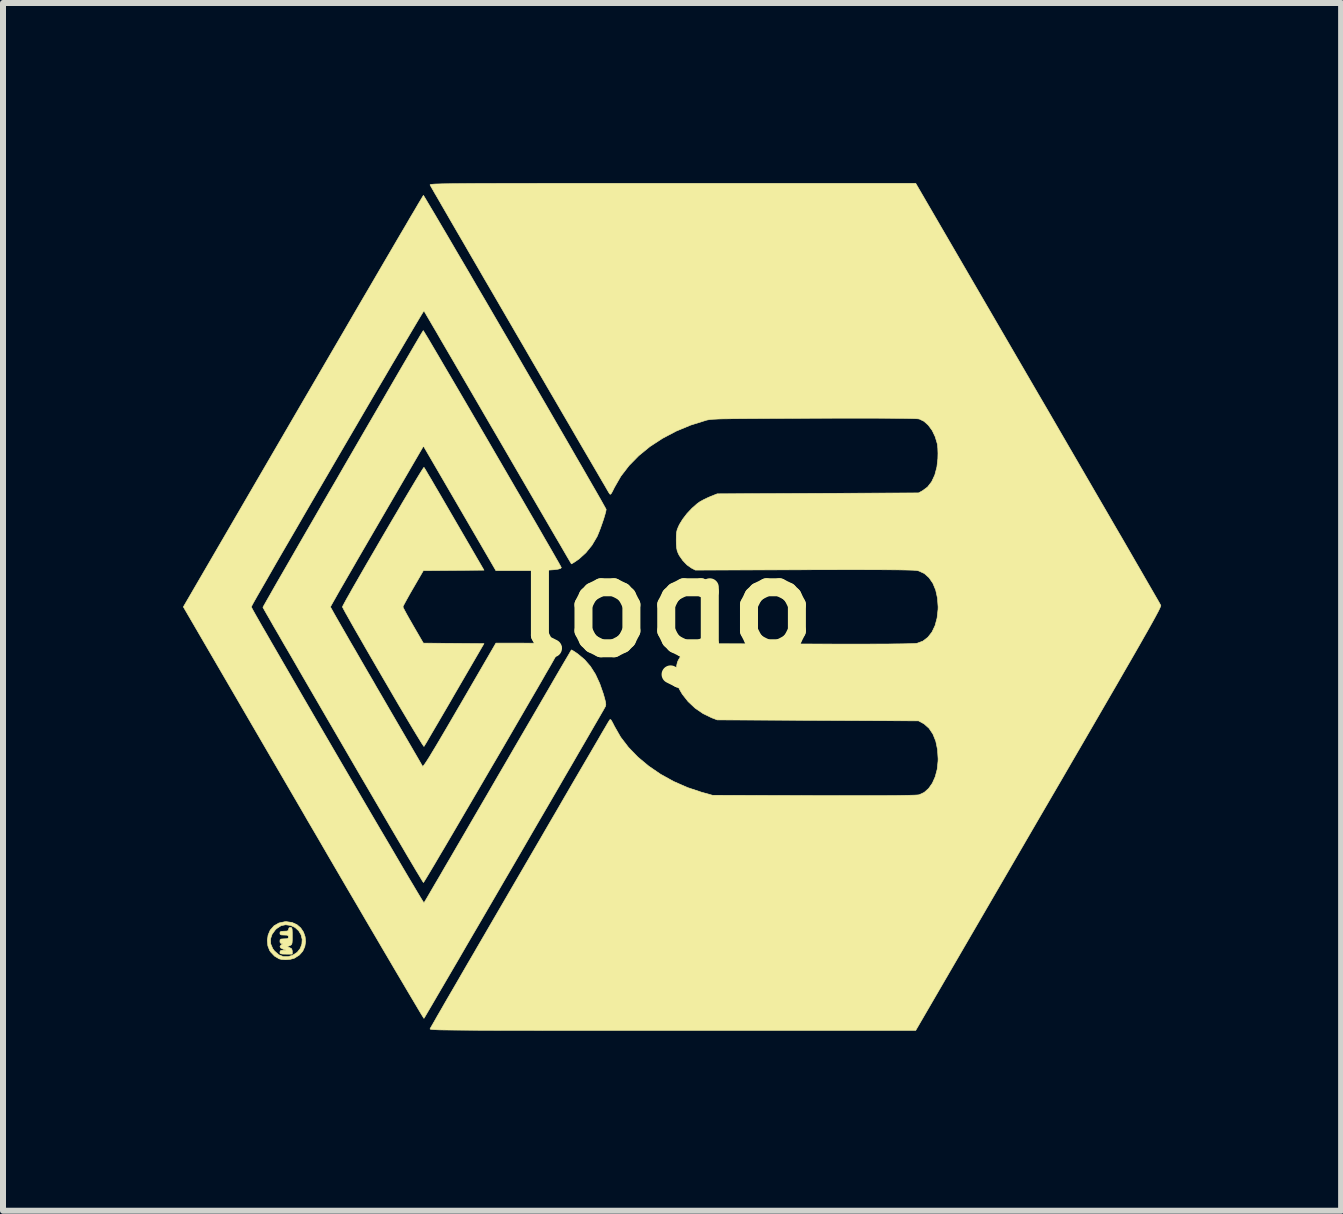
<source format=kicad_pcb>
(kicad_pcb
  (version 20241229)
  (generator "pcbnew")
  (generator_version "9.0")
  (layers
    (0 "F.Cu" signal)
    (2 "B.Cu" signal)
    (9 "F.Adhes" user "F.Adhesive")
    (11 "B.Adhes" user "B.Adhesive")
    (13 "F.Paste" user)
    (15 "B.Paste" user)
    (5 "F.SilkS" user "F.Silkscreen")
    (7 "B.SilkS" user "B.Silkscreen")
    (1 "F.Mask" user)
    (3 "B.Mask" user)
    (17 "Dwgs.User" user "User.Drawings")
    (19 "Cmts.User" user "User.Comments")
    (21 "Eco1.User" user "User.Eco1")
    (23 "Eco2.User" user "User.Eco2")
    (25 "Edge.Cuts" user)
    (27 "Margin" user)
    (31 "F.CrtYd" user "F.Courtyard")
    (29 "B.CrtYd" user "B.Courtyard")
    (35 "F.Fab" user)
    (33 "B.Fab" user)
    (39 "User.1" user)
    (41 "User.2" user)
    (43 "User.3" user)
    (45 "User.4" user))
  (footprint "logo"
    (layer "F.Cu")
    (at 8.051 7.062)
    (property "Reference" "logo" (at 0 0 0) (layer "F.SilkS") (effects (font (size 1.524 1.524) (thickness 0.3))))
    (attr through_hole)
    (fp_poly (pts (xy -6.233 5.259) (xy -6.153 5.295) (xy -6.09 5.35) (xy -6.044 5.419) (xy -6.017 5.497) (xy -6.009 5.578) (xy -6.022 5.66) (xy -6.056 5.736) (xy -6.113 5.801) (xy -6.193 5.852) (xy -6.203 5.856) (xy -6.266 5.873) (xy -6.341 5.879) (xy -6.412 5.874) (xy -6.451 5.864) (xy -6.526 5.819) (xy -6.591 5.75) (xy -6.608 5.725) (xy -6.638 5.648) (xy -6.647 5.559) (xy -6.643 5.534) (xy -6.594 5.534) (xy -6.59 5.616) (xy -6.556 5.696) (xy -6.528 5.733) (xy -6.457 5.796) (xy -6.38 5.827) (xy -6.297 5.827) (xy -6.222 5.803) (xy -6.148 5.755) (xy -6.098 5.691) (xy -6.071 5.618) (xy -6.066 5.541) (xy -6.084 5.465) (xy -6.124 5.397) (xy -6.184 5.342) (xy -6.258 5.308) (xy -6.342 5.296) (xy -6.418 5.312) (xy -6.49 5.359) (xy -6.511 5.378) (xy -6.567 5.454) (xy -6.594 5.534) (xy -6.643 5.534) (xy -6.634 5.469) (xy -6.6 5.389) (xy -6.598 5.386) (xy -6.535 5.314) (xy -6.453 5.267) (xy -6.355 5.246) (xy -6.328 5.245) (xy -6.233 5.259)) (stroke (width 0.01) (type solid)) (fill yes) (layer "F.SilkS"))
    (fp_poly (pts (xy -6.247 5.343) (xy -6.238 5.354) (xy -6.233 5.38) (xy -6.231 5.427) (xy -6.231 5.484) (xy -6.231 5.552) (xy -6.234 5.595) (xy -6.24 5.62) (xy -6.252 5.634) (xy -6.271 5.644) (xy -6.274 5.645) (xy -6.318 5.662) (xy -6.274 5.678) (xy -6.241 5.697) (xy -6.231 5.732) (xy -6.231 5.739) (xy -6.231 5.786) (xy -6.334 5.786) (xy -6.39 5.785) (xy -6.421 5.78) (xy -6.435 5.77) (xy -6.437 5.754) (xy -6.43 5.731) (xy -6.403 5.722) (xy -6.386 5.721) (xy -6.334 5.719) (xy -6.386 5.702) (xy -6.425 5.682) (xy -6.436 5.657) (xy -6.416 5.632) (xy -6.41 5.628) (xy -6.39 5.615) (xy -6.399 5.612) (xy -6.41 5.611) (xy -6.432 5.599) (xy -6.437 5.571) (xy -6.434 5.547) (xy -6.42 5.535) (xy -6.385 5.532) (xy -6.366 5.531) (xy -6.321 5.529) (xy -6.3 5.521) (xy -6.294 5.502) (xy -6.294 5.5) (xy -6.299 5.48) (xy -6.318 5.47) (xy -6.361 5.468) (xy -6.366 5.468) (xy -6.411 5.466) (xy -6.432 5.457) (xy -6.437 5.438) (xy -6.437 5.436) (xy -6.433 5.416) (xy -6.413 5.407) (xy -6.371 5.404) (xy -6.366 5.404) (xy -6.321 5.402) (xy -6.3 5.394) (xy -6.294 5.375) (xy -6.294 5.372) (xy -6.283 5.346) (xy -6.263 5.341) (xy -6.247 5.343)) (stroke (width 0.01) (type solid)) (fill yes) (layer "F.SilkS"))
    (fp_poly (pts (xy -4.027 -2.31) (xy -4.002 -2.269) (xy -3.965 -2.205) (xy -3.915 -2.122) (xy -3.856 -2.02) (xy -3.787 -1.903) (xy -3.711 -1.772) (xy -3.629 -1.631) (xy -3.542 -1.481) (xy -3.531 -1.462) (xy -3.037 -0.612) (xy -3.542 -0.608) (xy -4.047 -0.604) (xy -4.217 -0.311) (xy -4.268 -0.223) (xy -4.312 -0.144) (xy -4.348 -0.079) (xy -4.374 -0.03) (xy -4.386 -0.003) (xy -4.387 0) (xy -4.379 0.019) (xy -4.358 0.06) (xy -4.325 0.121) (xy -4.283 0.196) (xy -4.234 0.281) (xy -4.217 0.311) (xy -4.047 0.604) (xy -3.037 0.612) (xy -3.531 1.462) (xy -3.618 1.613) (xy -3.701 1.755) (xy -3.778 1.887) (xy -3.848 2.006) (xy -3.909 2.11) (xy -3.959 2.196) (xy -3.998 2.263) (xy -4.025 2.306) (xy -4.036 2.325) (xy -4.037 2.326) (xy -4.046 2.314) (xy -4.071 2.277) (xy -4.108 2.217) (xy -4.159 2.134) (xy -4.22 2.033) (xy -4.292 1.913) (xy -4.372 1.778) (xy -4.46 1.63) (xy -4.554 1.469) (xy -4.653 1.299) (xy -4.722 1.181) (xy -4.824 1.005) (xy -4.922 0.836) (xy -5.014 0.677) (xy -5.098 0.53) (xy -5.175 0.397) (xy -5.242 0.279) (xy -5.298 0.179) (xy -5.343 0.1) (xy -5.374 0.042) (xy -5.392 0.008) (xy -5.395 0.000098) (xy -5.387 -0.018) (xy -5.365 -0.06) (xy -5.33 -0.125) (xy -5.282 -0.209) (xy -5.225 -0.311) (xy -5.158 -0.427) (xy -5.084 -0.556) (xy -5.004 -0.695) (xy -4.919 -0.841) (xy -4.831 -0.992) (xy -4.742 -1.146) (xy -4.651 -1.301) (xy -4.562 -1.453) (xy -4.475 -1.6) (xy -4.393 -1.741) (xy -4.315 -1.872) (xy -4.244 -1.991) (xy -4.181 -2.096) (xy -4.128 -2.184) (xy -4.085 -2.253) (xy -4.055 -2.3) (xy -4.039 -2.323) (xy -4.037 -2.325) (xy -4.027 -2.31)) (stroke (width 0.01) (type solid)) (fill yes) (layer "F.SilkS"))
    (fp_poly (pts (xy -4.04 -4.591) (xy -4.017 -4.553) (xy -3.979 -4.491) (xy -3.929 -4.407) (xy -3.868 -4.303) (xy -3.796 -4.181) (xy -3.715 -4.042) (xy -3.625 -3.889) (xy -3.528 -3.724) (xy -3.425 -3.548) (xy -3.317 -3.363) (xy -3.205 -3.171) (xy -3.09 -2.974) (xy -2.973 -2.774) (xy -2.856 -2.572) (xy -2.739 -2.371) (xy -2.624 -2.173) (xy -2.511 -1.978) (xy -2.401 -1.79) (xy -2.297 -1.61) (xy -2.198 -1.44) (xy -2.106 -1.281) (xy -2.023 -1.136) (xy -1.948 -1.007) (xy -1.883 -0.894) (xy -1.83 -0.801) (xy -1.789 -0.73) (xy -1.762 -0.681) (xy -1.749 -0.657) (xy -1.748 -0.654) (xy -1.762 -0.64) (xy -1.803 -0.628) (xy -1.873 -0.619) (xy -1.972 -0.612) (xy -2.101 -0.607) (xy -2.26 -0.604) (xy -2.383 -0.604) (xy -2.838 -0.604) (xy -3.441 -1.641) (xy -4.045 -2.679) (xy -4.82 -1.347) (xy -4.93 -1.158) (xy -5.035 -0.977) (xy -5.135 -0.805) (xy -5.227 -0.645) (xy -5.312 -0.498) (xy -5.388 -0.366) (xy -5.454 -0.252) (xy -5.508 -0.156) (xy -5.55 -0.082) (xy -5.579 -0.03) (xy -5.594 -0.003) (xy -5.595 -0.000026) (xy -5.587 0.016) (xy -5.564 0.057) (xy -5.528 0.122) (xy -5.479 0.208) (xy -5.418 0.314) (xy -5.346 0.439) (xy -5.266 0.579) (xy -5.176 0.733) (xy -5.08 0.9) (xy -4.978 1.076) (xy -4.87 1.261) (xy -4.835 1.323) (xy -4.725 1.511) (xy -4.621 1.691) (xy -4.522 1.861) (xy -4.429 2.021) (xy -4.344 2.167) (xy -4.268 2.297) (xy -4.202 2.411) (xy -4.147 2.505) (xy -4.105 2.578) (xy -4.076 2.629) (xy -4.061 2.654) (xy -4.06 2.656) (xy -4.053 2.655) (xy -4.04 2.64) (xy -4.018 2.61) (xy -3.987 2.563) (xy -3.946 2.499) (xy -3.895 2.414) (xy -3.832 2.31) (xy -3.757 2.183) (xy -3.668 2.032) (xy -3.566 1.857) (xy -3.449 1.656) (xy -3.441 1.643) (xy -2.838 0.604) (xy -2.383 0.604) (xy -2.211 0.605) (xy -2.068 0.608) (xy -1.954 0.612) (xy -1.867 0.619) (xy -1.806 0.629) (xy -1.768 0.64) (xy -1.752 0.654) (xy -1.752 0.662) (xy -1.76 0.679) (xy -1.784 0.722) (xy -1.822 0.789) (xy -1.872 0.877) (xy -1.933 0.985) (xy -2.006 1.11) (xy -2.087 1.252) (xy -2.177 1.407) (xy -2.275 1.575) (xy -2.378 1.753) (xy -2.486 1.939) (xy -2.598 2.132) (xy -2.713 2.33) (xy -2.83 2.53) (xy -2.948 2.731) (xy -3.065 2.932) (xy -3.18 3.129) (xy -3.293 3.322) (xy -3.402 3.508) (xy -3.506 3.686) (xy -3.604 3.853) (xy -3.695 4.008) (xy -3.779 4.149) (xy -3.852 4.274) (xy -3.916 4.381) (xy -3.968 4.468) (xy -4.008 4.534) (xy -4.034 4.576) (xy -4.045 4.592) (xy -4.045 4.593) (xy -4.055 4.579) (xy -4.08 4.539) (xy -4.118 4.475) (xy -4.171 4.388) (xy -4.236 4.278) (xy -4.313 4.149) (xy -4.4 4) (xy -4.498 3.834) (xy -4.605 3.652) (xy -4.72 3.455) (xy -4.843 3.245) (xy -4.972 3.024) (xy -5.108 2.792) (xy -5.248 2.551) (xy -5.388 2.31) (xy -5.533 2.061) (xy -5.673 1.82) (xy -5.808 1.587) (xy -5.937 1.365) (xy -6.059 1.155) (xy -6.173 0.957) (xy -6.279 0.774) (xy -6.376 0.608) (xy -6.462 0.458) (xy -6.538 0.328) (xy -6.601 0.217) (xy -6.652 0.129) (xy -6.689 0.064) (xy -6.712 0.023) (xy -6.72 0.008) (xy -6.713 -0.006) (xy -6.69 -0.047) (xy -6.654 -0.111) (xy -6.604 -0.198) (xy -6.543 -0.306) (xy -6.471 -0.432) (xy -6.388 -0.575) (xy -6.297 -0.733) (xy -6.198 -0.905) (xy -6.092 -1.089) (xy -5.98 -1.283) (xy -5.863 -1.485) (xy -5.743 -1.694) (xy -5.619 -1.908) (xy -5.493 -2.124) (xy -5.367 -2.343) (xy -5.241 -2.56) (xy -5.116 -2.776) (xy -4.993 -2.988) (xy -4.873 -3.194) (xy -4.757 -3.393) (xy -4.647 -3.583) (xy -4.543 -3.762) (xy -4.446 -3.929) (xy -4.357 -4.081) (xy -4.277 -4.218) (xy -4.208 -4.336) (xy -4.15 -4.435) (xy -4.104 -4.513) (xy -4.071 -4.568) (xy -4.052 -4.598) (xy -4.049 -4.604) (xy -4.04 -4.591)) (stroke (width 0.01) (type solid)) (fill yes) (layer "F.SilkS"))
    (fp_poly (pts (xy -4.037 -6.843) (xy -4.013 -6.804) (xy -3.975 -6.74) (xy -3.924 -6.654) (xy -3.86 -6.547) (xy -3.786 -6.421) (xy -3.701 -6.277) (xy -3.607 -6.117) (xy -3.505 -5.942) (xy -3.395 -5.755) (xy -3.278 -5.556) (xy -3.157 -5.347) (xy -3.03 -5.131) (xy -2.9 -4.908) (xy -2.768 -4.681) (xy -2.633 -4.45) (xy -2.498 -4.218) (xy -2.364 -3.986) (xy -2.23 -3.756) (xy -2.098 -3.529) (xy -1.969 -3.307) (xy -1.845 -3.092) (xy -1.725 -2.886) (xy -1.611 -2.689) (xy -1.504 -2.503) (xy -1.404 -2.331) (xy -1.314 -2.174) (xy -1.233 -2.033) (xy -1.162 -1.91) (xy -1.103 -1.807) (xy -1.057 -1.725) (xy -1.024 -1.666) (xy -1.005 -1.632) (xy -1.001 -1.623) (xy -1.007 -1.59) (xy -1.022 -1.534) (xy -1.043 -1.464) (xy -1.07 -1.385) (xy -1.098 -1.306) (xy -1.126 -1.234) (xy -1.15 -1.176) (xy -1.155 -1.167) (xy -1.237 -1.028) (xy -1.339 -0.902) (xy -1.454 -0.798) (xy -1.471 -0.786) (xy -1.52 -0.752) (xy -1.558 -0.728) (xy -1.579 -0.717) (xy -1.581 -0.717) (xy -1.589 -0.731) (xy -1.613 -0.772) (xy -1.651 -0.836) (xy -1.702 -0.924) (xy -1.765 -1.033) (xy -1.841 -1.162) (xy -1.927 -1.31) (xy -2.023 -1.475) (xy -2.128 -1.655) (xy -2.241 -1.849) (xy -2.361 -2.056) (xy -2.488 -2.274) (xy -2.62 -2.501) (xy -2.757 -2.737) (xy -2.806 -2.821) (xy -2.945 -3.059) (xy -3.079 -3.29) (xy -3.208 -3.512) (xy -3.331 -3.723) (xy -3.447 -3.922) (xy -3.555 -4.108) (xy -3.655 -4.279) (xy -3.745 -4.433) (xy -3.824 -4.57) (xy -3.893 -4.687) (xy -3.949 -4.783) (xy -3.992 -4.856) (xy -4.021 -4.906) (xy -4.036 -4.93) (xy -4.037 -4.932) (xy -4.046 -4.92) (xy -4.07 -4.882) (xy -4.108 -4.819) (xy -4.158 -4.735) (xy -4.221 -4.629) (xy -4.295 -4.504) (xy -4.379 -4.362) (xy -4.472 -4.204) (xy -4.574 -4.032) (xy -4.682 -3.847) (xy -4.797 -3.652) (xy -4.917 -3.447) (xy -5.041 -3.235) (xy -5.168 -3.017) (xy -5.298 -2.795) (xy -5.429 -2.571) (xy -5.56 -2.346) (xy -5.691 -2.121) (xy -5.82 -1.9) (xy -5.947 -1.682) (xy -6.07 -1.47) (xy -6.188 -1.266) (xy -6.301 -1.072) (xy -6.408 -0.888) (xy -6.507 -0.717) (xy -6.597 -0.56) (xy -6.678 -0.418) (xy -6.749 -0.295) (xy -6.809 -0.191) (xy -6.856 -0.108) (xy -6.89 -0.047) (xy -6.909 -0.01) (xy -6.914 0) (xy -6.906 0.016) (xy -6.884 0.058) (xy -6.847 0.124) (xy -6.797 0.212) (xy -6.735 0.321) (xy -6.661 0.448) (xy -6.578 0.593) (xy -6.485 0.753) (xy -6.384 0.928) (xy -6.276 1.114) (xy -6.162 1.311) (xy -6.043 1.517) (xy -5.919 1.73) (xy -5.792 1.949) (xy -5.662 2.171) (xy -5.531 2.396) (xy -5.4 2.621) (xy -5.269 2.845) (xy -5.14 3.066) (xy -5.013 3.283) (xy -4.89 3.493) (xy -4.771 3.696) (xy -4.657 3.889) (xy -4.55 4.071) (xy -4.451 4.24) (xy -4.36 4.395) (xy -4.278 4.534) (xy -4.206 4.654) (xy -4.146 4.755) (xy -4.098 4.835) (xy -4.063 4.892) (xy -4.042 4.925) (xy -4.037 4.932) (xy -4.028 4.917) (xy -4.003 4.876) (xy -3.965 4.811) (xy -3.913 4.722) (xy -3.849 4.612) (xy -3.773 4.483) (xy -3.687 4.334) (xy -3.59 4.169) (xy -3.485 3.988) (xy -3.371 3.793) (xy -3.251 3.586) (xy -3.124 3.368) (xy -2.991 3.14) (xy -2.854 2.904) (xy -2.806 2.821) (xy -2.667 2.583) (xy -2.534 2.353) (xy -2.405 2.132) (xy -2.282 1.921) (xy -2.166 1.722) (xy -2.058 1.536) (xy -1.959 1.366) (xy -1.87 1.212) (xy -1.791 1.076) (xy -1.723 0.96) (xy -1.667 0.865) (xy -1.624 0.792) (xy -1.596 0.743) (xy -1.582 0.719) (xy -1.581 0.717) (xy -1.566 0.723) (xy -1.532 0.744) (xy -1.486 0.775) (xy -1.471 0.786) (xy -1.36 0.879) (xy -1.264 0.99) (xy -1.18 1.122) (xy -1.108 1.278) (xy -1.048 1.45) (xy -1.025 1.531) (xy -1.011 1.588) (xy -1.007 1.626) (xy -1.011 1.652) (xy -1.013 1.658) (xy -1.023 1.675) (xy -1.047 1.719) (xy -1.086 1.786) (xy -1.138 1.876) (xy -1.202 1.986) (xy -1.277 2.116) (xy -1.362 2.263) (xy -1.457 2.426) (xy -1.559 2.603) (xy -1.67 2.793) (xy -1.786 2.994) (xy -1.908 3.204) (xy -2.035 3.422) (xy -2.165 3.645) (xy -2.297 3.873) (xy -2.431 4.104) (xy -2.566 4.336) (xy -2.701 4.567) (xy -2.834 4.796) (xy -2.965 5.021) (xy -3.093 5.241) (xy -3.217 5.453) (xy -3.336 5.657) (xy -3.448 5.851) (xy -3.554 6.032) (xy -3.652 6.2) (xy -3.741 6.352) (xy -3.82 6.487) (xy -3.888 6.604) (xy -3.945 6.701) (xy -3.989 6.776) (xy -4.019 6.827) (xy -4.035 6.853) (xy -4.037 6.856) (xy -4.046 6.843) (xy -4.07 6.805) (xy -4.109 6.741) (xy -4.161 6.653) (xy -4.227 6.542) (xy -4.306 6.409) (xy -4.396 6.256) (xy -4.498 6.084) (xy -4.61 5.893) (xy -4.732 5.686) (xy -4.863 5.462) (xy -5.003 5.224) (xy -5.15 4.972) (xy -5.305 4.708) (xy -5.466 4.432) (xy -5.633 4.146) (xy -5.804 3.851) (xy -5.981 3.549) (xy -6.047 3.434) (xy -8.046 0.000113) (xy -6.052 -3.427) (xy -5.874 -3.732) (xy -5.701 -4.029) (xy -5.532 -4.319) (xy -5.369 -4.598) (xy -5.213 -4.867) (xy -5.063 -5.124) (xy -4.92 -5.368) (xy -4.786 -5.598) (xy -4.661 -5.812) (xy -4.545 -6.01) (xy -4.44 -6.19) (xy -4.345 -6.351) (xy -4.263 -6.492) (xy -4.192 -6.611) (xy -4.135 -6.709) (xy -4.091 -6.782) (xy -4.062 -6.831) (xy -4.048 -6.854) (xy -4.046 -6.856) (xy -4.037 -6.843)) (stroke (width 0.01) (type solid)) (fill yes) (layer "F.SilkS"))
    (fp_poly (pts (xy -0.006 -7.057) (xy 0.106 -7.057) (xy 4.157 -7.057) (xy 6.191 -3.56) (xy 6.371 -3.252) (xy 6.546 -2.95) (xy 6.716 -2.657) (xy 6.881 -2.373) (xy 7.04 -2.099) (xy 7.192 -1.837) (xy 7.337 -1.588) (xy 7.473 -1.353) (xy 7.601 -1.134) (xy 7.719 -0.93) (xy 7.826 -0.744) (xy 7.923 -0.577) (xy 8.008 -0.429) (xy 8.081 -0.303) (xy 8.141 -0.199) (xy 8.188 -0.118) (xy 8.22 -0.062) (xy 8.237 -0.031) (xy 8.24 -0.026) (xy 8.24 -0.019) (xy 8.236 -0.007) (xy 8.229 0.011) (xy 8.217 0.037) (xy 8.2 0.072) (xy 8.177 0.115) (xy 8.148 0.169) (xy 8.112 0.235) (xy 8.069 0.312) (xy 8.018 0.403) (xy 7.958 0.508) (xy 7.89 0.628) (xy 7.812 0.764) (xy 7.724 0.917) (xy 7.625 1.088) (xy 7.516 1.278) (xy 7.394 1.488) (xy 7.26 1.719) (xy 7.114 1.971) (xy 6.954 2.247) (xy 6.78 2.546) (xy 6.592 2.87) (xy 6.388 3.22) (xy 6.205 3.534) (xy 4.157 7.057) (xy 0.106 7.057) (xy -0.319 7.057) (xy -0.713 7.057) (xy -1.078 7.057) (xy -1.414 7.057) (xy -1.722 7.057) (xy -2.005 7.057) (xy -2.263 7.056) (xy -2.497 7.056) (xy -2.708 7.056) (xy -2.898 7.055) (xy -3.068 7.055) (xy -3.218 7.054) (xy -3.35 7.053) (xy -3.465 7.052) (xy -3.564 7.051) (xy -3.648 7.05) (xy -3.719 7.049) (xy -3.778 7.048) (xy -3.825 7.046) (xy -3.862 7.044) (xy -3.89 7.042) (xy -3.91 7.04) (xy -3.924 7.038) (xy -3.931 7.036) (xy -3.935 7.033) (xy -3.935 7.03) (xy -3.926 7.013) (xy -3.901 6.97) (xy -3.863 6.904) (xy -3.813 6.815) (xy -3.75 6.707) (xy -3.678 6.581) (xy -3.596 6.44) (xy -3.505 6.284) (xy -3.408 6.116) (xy -3.305 5.938) (xy -3.196 5.752) (xy -3.152 5.675) (xy -3.02 5.449) (xy -2.878 5.204) (xy -2.727 4.945) (xy -2.572 4.678) (xy -2.414 4.407) (xy -2.257 4.137) (xy -2.103 3.873) (xy -1.957 3.621) (xy -1.819 3.385) (xy -1.695 3.17) (xy -1.672 3.131) (xy -1.567 2.95) (xy -1.466 2.777) (xy -1.37 2.613) (xy -1.281 2.461) (xy -1.2 2.322) (xy -1.128 2.199) (xy -1.067 2.093) (xy -1.016 2.007) (xy -0.979 1.943) (xy -0.954 1.902) (xy -0.945 1.887) (xy -0.935 1.877) (xy -0.923 1.881) (xy -0.907 1.905) (xy -0.883 1.95) (xy -0.863 1.99) (xy -0.76 2.17) (xy -0.629 2.341) (xy -0.472 2.503) (xy -0.292 2.653) (xy -0.093 2.789) (xy 0.124 2.909) (xy 0.354 3.01) (xy 0.596 3.091) (xy 0.617 3.096) (xy 0.771 3.139) (xy 2.46 3.144) (xy 2.763 3.144) (xy 3.035 3.145) (xy 3.277 3.145) (xy 3.489 3.144) (xy 3.673 3.144) (xy 3.828 3.143) (xy 3.956 3.141) (xy 4.058 3.139) (xy 4.134 3.137) (xy 4.185 3.134) (xy 4.212 3.131) (xy 4.213 3.131) (xy 4.297 3.092) (xy 4.371 3.027) (xy 4.434 2.938) (xy 4.482 2.83) (xy 4.515 2.705) (xy 4.529 2.569) (xy 4.53 2.533) (xy 4.52 2.376) (xy 4.491 2.237) (xy 4.443 2.118) (xy 4.378 2.022) (xy 4.297 1.95) (xy 4.27 1.935) (xy 4.204 1.899) (xy 2.527 1.891) (xy 0.85 1.883) (xy 0.758 1.848) (xy 0.615 1.779) (xy 0.481 1.687) (xy 0.364 1.577) (xy 0.268 1.455) (xy 0.22 1.373) (xy 0.195 1.318) (xy 0.179 1.274) (xy 0.171 1.229) (xy 0.167 1.171) (xy 0.167 1.113) (xy 0.169 1.031) (xy 0.175 0.972) (xy 0.186 0.924) (xy 0.201 0.888) (xy 0.251 0.804) (xy 0.318 0.726) (xy 0.391 0.664) (xy 0.42 0.647) (xy 0.485 0.613) (xy 2.289 0.618) (xy 2.592 0.619) (xy 2.865 0.62) (xy 3.108 0.62) (xy 3.323 0.62) (xy 3.511 0.619) (xy 3.673 0.619) (xy 3.811 0.617) (xy 3.925 0.616) (xy 4.017 0.614) (xy 4.088 0.612) (xy 4.14 0.61) (xy 4.173 0.607) (xy 4.183 0.605) (xy 4.277 0.57) (xy 4.359 0.507) (xy 4.427 0.421) (xy 4.479 0.312) (xy 4.513 0.185) (xy 4.529 0.041) (xy 4.53 0) (xy 4.519 -0.148) (xy 4.49 -0.28) (xy 4.443 -0.393) (xy 4.379 -0.486) (xy 4.301 -0.556) (xy 4.21 -0.598) (xy 4.183 -0.605) (xy 4.159 -0.608) (xy 4.116 -0.611) (xy 4.054 -0.613) (xy 3.971 -0.615) (xy 3.867 -0.617) (xy 3.739 -0.618) (xy 3.587 -0.619) (xy 3.41 -0.619) (xy 3.207 -0.62) (xy 2.975 -0.62) (xy 2.715 -0.619) (xy 2.425 -0.619) (xy 2.29 -0.618) (xy 0.485 -0.613) (xy 0.42 -0.647) (xy 0.346 -0.699) (xy 0.276 -0.772) (xy 0.218 -0.855) (xy 0.201 -0.888) (xy 0.183 -0.933) (xy 0.173 -0.983) (xy 0.168 -1.046) (xy 0.167 -1.113) (xy 0.168 -1.187) (xy 0.172 -1.241) (xy 0.182 -1.285) (xy 0.2 -1.33) (xy 0.22 -1.373) (xy 0.274 -1.461) (xy 0.346 -1.555) (xy 0.43 -1.644) (xy 0.515 -1.719) (xy 0.558 -1.75) (xy 0.617 -1.783) (xy 0.689 -1.818) (xy 0.744 -1.842) (xy 0.85 -1.884) (xy 2.527 -1.891) (xy 4.204 -1.899) (xy 4.27 -1.935) (xy 4.354 -1.997) (xy 4.423 -2.086) (xy 4.475 -2.198) (xy 4.51 -2.331) (xy 4.526 -2.472) (xy 4.528 -2.559) (xy 4.525 -2.642) (xy 4.518 -2.709) (xy 4.516 -2.719) (xy 4.481 -2.836) (xy 4.431 -2.94) (xy 4.367 -3.027) (xy 4.295 -3.092) (xy 4.217 -3.13) (xy 4.213 -3.131) (xy 4.189 -3.134) (xy 4.142 -3.137) (xy 4.069 -3.139) (xy 3.971 -3.141) (xy 3.846 -3.142) (xy 3.695 -3.143) (xy 3.516 -3.144) (xy 3.308 -3.144) (xy 3.07 -3.144) (xy 2.803 -3.144) (xy 2.505 -3.143) (xy 2.46 -3.143) (xy 2.189 -3.142) (xy 1.949 -3.141) (xy 1.736 -3.14) (xy 1.55 -3.139) (xy 1.388 -3.138) (xy 1.248 -3.137) (xy 1.129 -3.136) (xy 1.029 -3.134) (xy 0.945 -3.133) (xy 0.876 -3.131) (xy 0.82 -3.128) (xy 0.775 -3.126) (xy 0.74 -3.123) (xy 0.712 -3.119) (xy 0.689 -3.115) (xy 0.67 -3.111) (xy 0.668 -3.11) (xy 0.408 -3.029) (xy 0.163 -2.927) (xy -0.064 -2.807) (xy -0.272 -2.671) (xy -0.458 -2.519) (xy -0.62 -2.354) (xy -0.756 -2.177) (xy -0.864 -1.989) (xy -0.868 -1.981) (xy -0.897 -1.922) (xy -0.916 -1.889) (xy -0.929 -1.876) (xy -0.94 -1.88) (xy -0.945 -1.887) (xy -0.957 -1.905) (xy -0.983 -1.949) (xy -1.022 -2.017) (xy -1.075 -2.107) (xy -1.14 -2.219) (xy -1.216 -2.349) (xy -1.302 -2.496) (xy -1.398 -2.66) (xy -1.501 -2.837) (xy -1.611 -3.027) (xy -1.728 -3.227) (xy -1.85 -3.437) (xy -1.977 -3.654) (xy -2.107 -3.878) (xy -2.239 -4.105) (xy -2.372 -4.335) (xy -2.507 -4.566) (xy -2.64 -4.796) (xy -2.772 -5.023) (xy -2.902 -5.247) (xy -3.029 -5.464) (xy -3.151 -5.675) (xy -3.268 -5.876) (xy -3.378 -6.067) (xy -3.482 -6.245) (xy -3.577 -6.409) (xy -3.663 -6.558) (xy -3.739 -6.689) (xy -3.804 -6.802) (xy -3.857 -6.893) (xy -3.897 -6.963) (xy -3.923 -7.009) (xy -3.934 -7.029) (xy -3.935 -7.03) (xy -3.935 -7.032) (xy -3.932 -7.035) (xy -3.925 -7.038) (xy -3.913 -7.04) (xy -3.894 -7.042) (xy -3.868 -7.044) (xy -3.833 -7.046) (xy -3.788 -7.047) (xy -3.733 -7.049) (xy -3.665 -7.05) (xy -3.584 -7.051) (xy -3.489 -7.052) (xy -3.378 -7.053) (xy -3.251 -7.054) (xy -3.105 -7.055) (xy -2.941 -7.055) (xy -2.757 -7.056) (xy -2.551 -7.056) (xy -2.324 -7.056) (xy -2.072 -7.057) (xy -1.796 -7.057) (xy -1.494 -7.057) (xy -1.166 -7.057) (xy -0.809 -7.057) (xy -0.423 -7.057) (xy -0.006 -7.057)) (stroke (width 0.01) (type solid)) (fill yes) (layer "F.SilkS")))
  (gr_rect
    (start -3 -3)
    (end 19.296 17.124)
    (stroke (width 0.1) (type default))
    (fill no)
    (layer "Edge.Cuts")))
</source>
